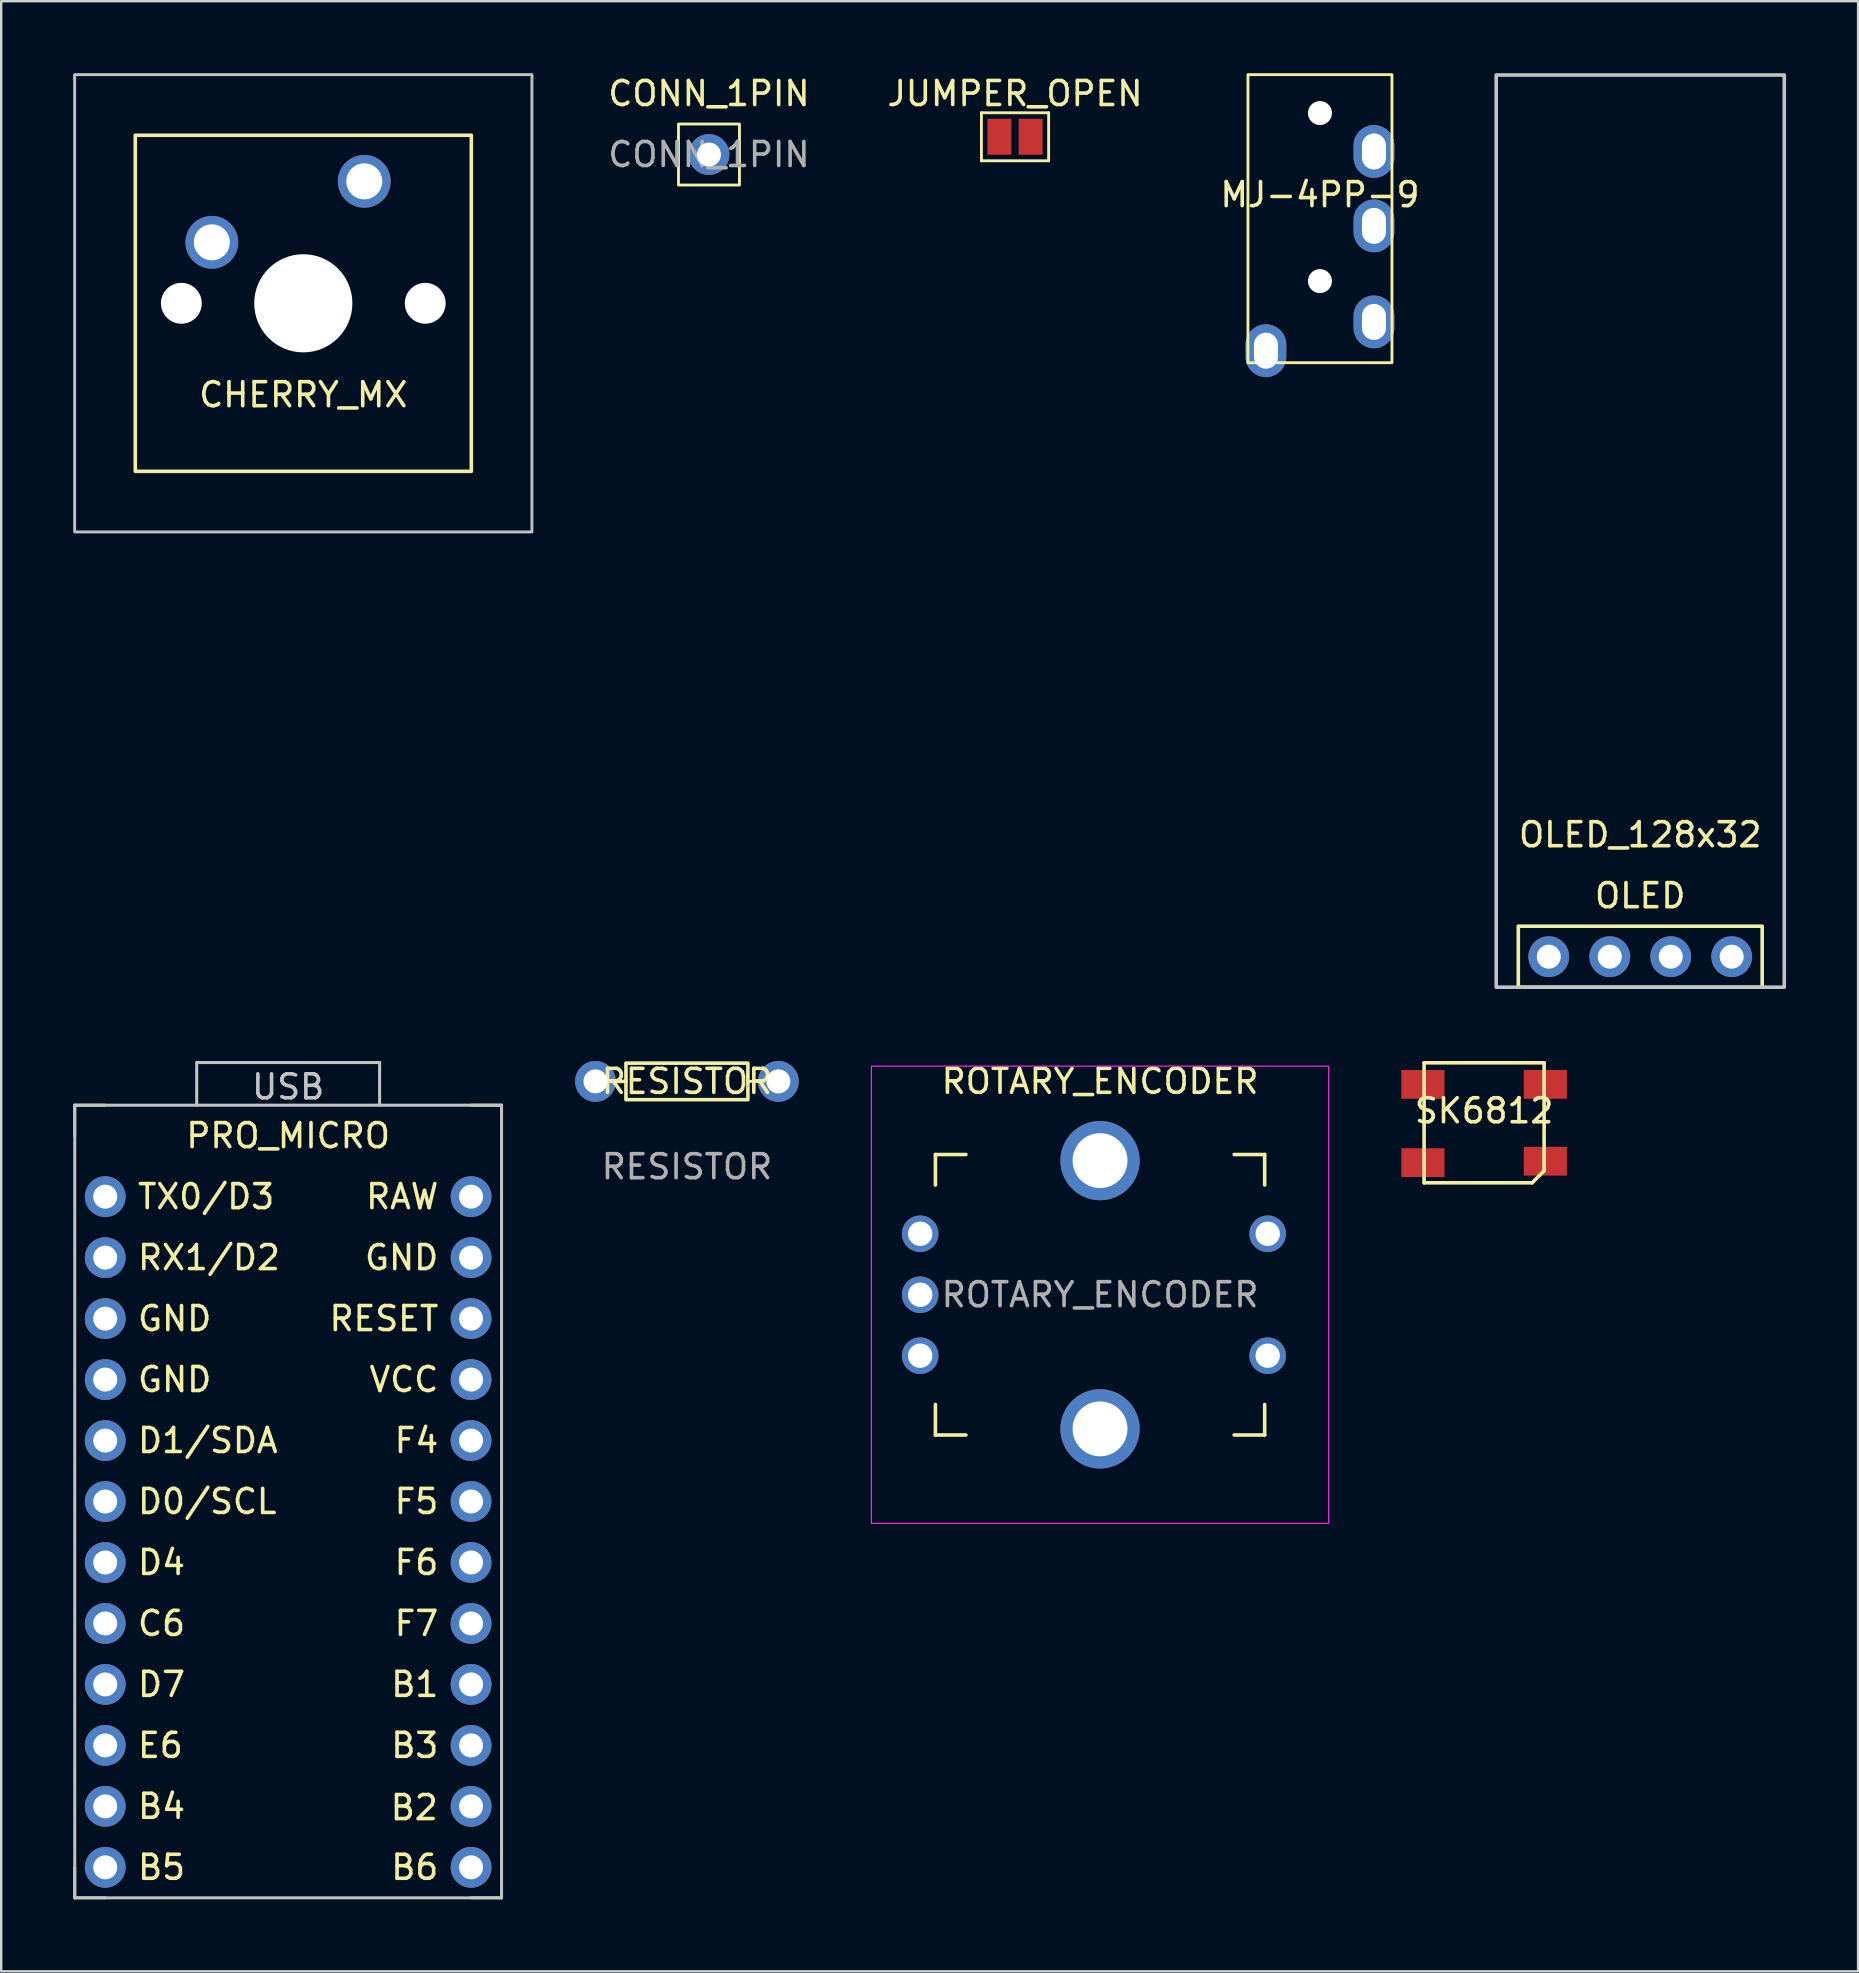
<source format=kicad_pcb>
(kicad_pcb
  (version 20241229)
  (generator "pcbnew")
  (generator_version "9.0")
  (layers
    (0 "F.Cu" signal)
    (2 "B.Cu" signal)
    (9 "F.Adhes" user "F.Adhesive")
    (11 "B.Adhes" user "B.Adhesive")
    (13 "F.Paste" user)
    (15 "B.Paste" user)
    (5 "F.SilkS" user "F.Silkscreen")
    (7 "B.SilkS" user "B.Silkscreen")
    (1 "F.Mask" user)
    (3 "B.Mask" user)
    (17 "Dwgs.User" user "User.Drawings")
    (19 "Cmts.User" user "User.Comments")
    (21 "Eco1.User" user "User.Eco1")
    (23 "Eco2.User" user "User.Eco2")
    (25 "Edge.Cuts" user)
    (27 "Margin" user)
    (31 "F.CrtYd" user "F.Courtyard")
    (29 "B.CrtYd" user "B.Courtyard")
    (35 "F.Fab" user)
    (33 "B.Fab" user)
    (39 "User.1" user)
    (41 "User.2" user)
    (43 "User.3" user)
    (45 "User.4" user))
  (footprint "PRO_MICRO"
    (layer "F.Cu")
    (at 8.954 59.502)
    (property "Reference" "PRO_MICRO" (at 0 -15.24 0) (layer "F.SilkS") (effects (font (size 1 1) (thickness 0.15))))
    (attr through_hole)
    (fp_line (start -8.89 -16.51) (end -7.62 -16.51) (stroke (width 0.12) (type solid)) (layer "F.SilkS"))
    (fp_line (start -8.89 -15.24) (end -8.89 -16.51) (stroke (width 0.12) (type solid)) (layer "F.SilkS"))
    (fp_line (start -8.89 16.51) (end -8.89 15.24) (stroke (width 0.12) (type solid)) (layer "F.SilkS"))
    (fp_line (start -7.62 16.51) (end -8.89 16.51) (stroke (width 0.12) (type solid)) (layer "F.SilkS"))
    (fp_line (start 7.62 -16.51) (end 8.89 -16.51) (stroke (width 0.12) (type solid)) (layer "F.SilkS"))
    (fp_line (start 7.62 16.51) (end 8.89 16.51) (stroke (width 0.12) (type solid)) (layer "F.SilkS"))
    (fp_line (start 8.89 -16.51) (end 8.89 -15.24) (stroke (width 0.12) (type solid)) (layer "F.SilkS"))
    (fp_line (start 8.89 16.51) (end 8.89 15.24) (stroke (width 0.12) (type solid)) (layer "F.SilkS"))
    (fp_line (start -8.89 -16.51) (end -8.89 16.51) (stroke (width 0.127) (type solid)) (layer "Dwgs.User"))
    (fp_line (start -8.89 16.51) (end 8.89 16.51) (stroke (width 0.127) (type solid)) (layer "Dwgs.User"))
    (fp_line (start -3.81 -18.288) (end 3.81 -18.288) (stroke (width 0.127) (type solid)) (layer "Dwgs.User"))
    (fp_line (start -3.81 -16.51) (end -3.81 -18.288) (stroke (width 0.127) (type solid)) (layer "Dwgs.User"))
    (fp_line (start 3.81 -18.288) (end 3.81 -16.51) (stroke (width 0.127) (type solid)) (layer "Dwgs.User"))
    (fp_line (start 8.89 -16.51) (end -8.89 -16.51) (stroke (width 0.127) (type solid)) (layer "Dwgs.User"))
    (fp_line (start 8.89 16.51) (end 8.89 -16.51) (stroke (width 0.127) (type solid)) (layer "Dwgs.User"))
    (fp_text user "B3" (at 6.35 10.16 0) (unlocked yes) (layer "F.SilkS") (effects (font (size 1 1) (thickness 0.15)) (justify right)))
    (fp_text user "D7" (at -6.35 7.62 0) (unlocked yes) (layer "F.SilkS") (effects (font (size 1 1) (thickness 0.15)) (justify left)))
    (fp_text user "D1/SDA" (at -6.35 -2.54 0) (unlocked yes) (layer "F.SilkS") (effects (font (size 1 1) (thickness 0.15)) (justify left)))
    (fp_text user "F6" (at 6.35 2.54 0) (unlocked yes) (layer "F.SilkS") (effects (font (size 1 1) (thickness 0.15)) (justify right)))
    (fp_text user "RAW" (at 6.35 -12.7 0) (unlocked yes) (layer "F.SilkS") (effects (font (size 1 1) (thickness 0.15)) (justify right)))
    (fp_text user "VCC" (at 6.35 -5.08 0) (unlocked yes) (layer "F.SilkS") (effects (font (size 1 1) (thickness 0.15)) (justify right)))
    (fp_text user "B2" (at 6.328 12.752 0) (unlocked yes) (layer "F.SilkS") (effects (font (size 1 1) (thickness 0.15)) (justify right)))
    (fp_text user "B1" (at 6.35 7.62 0) (unlocked yes) (layer "F.SilkS") (effects (font (size 1 1) (thickness 0.15)) (justify right)))
    (fp_text user "B4" (at -6.35 12.7 0) (unlocked yes) (layer "F.SilkS") (effects (font (size 1 1) (thickness 0.15)) (justify left)))
    (fp_text user "D0/SCL" (at -6.35 0 0) (unlocked yes) (layer "F.SilkS") (effects (font (size 1 1) (thickness 0.15)) (justify left)))
    (fp_text user "F5" (at 6.35 0 0) (unlocked yes) (layer "F.SilkS") (effects (font (size 1 1) (thickness 0.15)) (justify right)))
    (fp_text user "RESET" (at 6.35 -7.62 0) (unlocked yes) (layer "F.SilkS") (effects (font (size 1 1) (thickness 0.15)) (justify right)))
    (fp_text user "B5" (at -6.35 15.24 0) (unlocked yes) (layer "F.SilkS") (effects (font (size 1 1) (thickness 0.15)) (justify left)))
    (fp_text user "B6" (at 6.35 15.24 0) (unlocked yes) (layer "F.SilkS") (effects (font (size 1 1) (thickness 0.15)) (justify right)))
    (fp_text user "TX0/D3" (at -6.35 -12.7 0) (unlocked yes) (layer "F.SilkS") (effects (font (size 1 1) (thickness 0.15)) (justify left)))
    (fp_text user "GND" (at -6.35 -5.08 0) (unlocked yes) (layer "F.SilkS") (effects (font (size 1 1) (thickness 0.15)) (justify left)))
    (fp_text user "RX1/D2" (at -6.35 -10.16 0) (unlocked yes) (layer "F.SilkS") (effects (font (size 1 1) (thickness 0.15)) (justify left)))
    (fp_text user "E6" (at -6.35 10.16 0) (unlocked yes) (layer "F.SilkS") (effects (font (size 1 1) (thickness 0.15)) (justify left)))
    (fp_text user "D4" (at -6.35 2.54 0) (unlocked yes) (layer "F.SilkS") (effects (font (size 1 1) (thickness 0.15)) (justify left)))
    (fp_text user "GND" (at -6.35 -7.62 0) (unlocked yes) (layer "F.SilkS") (effects (font (size 1 1) (thickness 0.15)) (justify left)))
    (fp_text user "F7" (at 6.35 5.08 0) (unlocked yes) (layer "F.SilkS") (effects (font (size 1 1) (thickness 0.15)) (justify right)))
    (fp_text user "C6" (at -6.35 5.08 0) (unlocked yes) (layer "F.SilkS") (effects (font (size 1 1) (thickness 0.15)) (justify left)))
    (fp_text user "GND" (at 6.35 -10.16 0) (unlocked yes) (layer "F.SilkS") (effects (font (size 1 1) (thickness 0.15)) (justify right)))
    (fp_text user "F4" (at 6.35 -2.54 0) (unlocked yes) (layer "F.SilkS") (effects (font (size 1 1) (thickness 0.15)) (justify right)))
    (fp_text user "USB" (at 0 -17.272 0) (layer "Dwgs.User") (effects (font (size 1 1) (thickness 0.15))))
    (pad "1" thru_hole circle (at -7.62 -12.7) (size 1.7 1.7) (drill 1) (layers "*.Cu" "*.Mask"))
    (pad "2" thru_hole circle (at -7.62 -10.16) (size 1.7 1.7) (drill 1) (layers "*.Cu" "*.Mask"))
    (pad "3" thru_hole circle (at -7.62 -7.62) (size 1.7 1.7) (drill 1) (layers "*.Cu" "*.Mask"))
    (pad "4" thru_hole circle (at -7.62 -5.08) (size 1.7 1.7) (drill 1) (layers "*.Cu" "*.Mask"))
    (pad "5" thru_hole circle (at -7.62 -2.54) (size 1.7 1.7) (drill 1) (layers "*.Cu" "*.Mask"))
    (pad "6" thru_hole circle (at -7.62 0) (size 1.7 1.7) (drill 1) (layers "*.Cu" "*.Mask"))
    (pad "7" thru_hole circle (at -7.62 2.54) (size 1.7 1.7) (drill 1) (layers "*.Cu" "*.Mask"))
    (pad "8" thru_hole circle (at -7.62 5.08) (size 1.7 1.7) (drill 1) (layers "*.Cu" "*.Mask"))
    (pad "9" thru_hole circle (at -7.62 7.62) (size 1.7 1.7) (drill 1) (layers "*.Cu" "*.Mask"))
    (pad "10" thru_hole circle (at -7.62 10.16) (size 1.7 1.7) (drill 1) (layers "*.Cu" "*.Mask"))
    (pad "11" thru_hole circle (at -7.62 12.7) (size 1.7 1.7) (drill 1) (layers "*.Cu" "*.Mask"))
    (pad "12" thru_hole circle (at -7.62 15.24) (size 1.7 1.7) (drill 1) (layers "*.Cu" "*.Mask"))
    (pad "13" thru_hole circle (at 7.62 15.24) (size 1.7 1.7) (drill 1) (layers "*.Cu" "*.Mask"))
    (pad "14" thru_hole circle (at 7.62 12.7) (size 1.7 1.7) (drill 1) (layers "*.Cu" "*.Mask"))
    (pad "15" thru_hole circle (at 7.62 10.16) (size 1.7 1.7) (drill 1) (layers "*.Cu" "*.Mask"))
    (pad "16" thru_hole circle (at 7.62 7.62) (size 1.7 1.7) (drill 1) (layers "*.Cu" "*.Mask"))
    (pad "17" thru_hole circle (at 7.62 5.08) (size 1.7 1.7) (drill 1) (layers "*.Cu" "*.Mask"))
    (pad "18" thru_hole circle (at 7.62 2.54) (size 1.7 1.7) (drill 1) (layers "*.Cu" "*.Mask"))
    (pad "19" thru_hole circle (at 7.62 0) (size 1.7 1.7) (drill 1) (layers "*.Cu" "*.Mask"))
    (pad "20" thru_hole circle (at 7.62 -2.54) (size 1.7 1.7) (drill 1) (layers "*.Cu" "*.Mask"))
    (pad "21" thru_hole circle (at 7.62 -5.08) (size 1.7 1.7) (drill 1) (layers "*.Cu" "*.Mask"))
    (pad "22" thru_hole circle (at 7.62 -7.62) (size 1.7 1.7) (drill 1) (layers "*.Cu" "*.Mask"))
    (pad "23" thru_hole circle (at 7.62 -10.16) (size 1.7 1.7) (drill 1) (layers "*.Cu" "*.Mask"))
    (pad "24" thru_hole circle (at 7.62 -12.7) (size 1.7 1.7) (drill 1) (layers "*.Cu" "*.Mask")))
  (footprint "JUMPER_OPEN"
    (layer "F.Cu")
    (at 39.235 2.648)
    (property "Reference" "JUMPER_OPEN" (at 0 -1.8 0) (layer "F.SilkS") (effects (font (size 1 1) (thickness 0.15))))
    (attr smd exclude_from_pos_files exclude_from_bom)
    (fp_line (start -1.4 -1) (end 1.4 -1) (stroke (width 0.12) (type solid)) (layer "F.SilkS"))
    (fp_line (start -1.4 1) (end -1.4 -1) (stroke (width 0.12) (type solid)) (layer "F.SilkS"))
    (fp_line (start 1.4 -1) (end 1.4 1) (stroke (width 0.12) (type solid)) (layer "F.SilkS"))
    (fp_line (start 1.4 1) (end -1.4 1) (stroke (width 0.12) (type solid)) (layer "F.SilkS"))
    (pad "1" smd rect (at -0.65 0) (size 1 1.5) (layers "F.Cu" "F.Mask"))
    (pad "2" smd rect (at 0.65 0) (size 1 1.5) (layers "F.Cu" "F.Mask")))
  (footprint "ROTARY_ENCODER"
    (layer "F.Cu")
    (at 42.777 50.888)
    (property "Reference" "ROTARY_ENCODER" (at 0 -8.89 180) (layer "F.SilkS") (effects (font (size 1 1) (thickness 0.15))))
    (fp_line (start -6.858 -5.842) (end -6.858 -4.572) (stroke (width 0.15) (type solid)) (layer "F.SilkS"))
    (fp_line (start -6.858 5.842) (end -6.858 4.572) (stroke (width 0.15) (type solid)) (layer "F.SilkS"))
    (fp_line (start -6.858 5.842) (end -5.588 5.842) (stroke (width 0.15) (type solid)) (layer "F.SilkS"))
    (fp_line (start -5.588 -5.842) (end -6.858 -5.842) (stroke (width 0.15) (type solid)) (layer "F.SilkS"))
    (fp_line (start 5.588 5.842) (end 6.858 5.842) (stroke (width 0.15) (type solid)) (layer "F.SilkS"))
    (fp_line (start 6.858 -5.842) (end 5.588 -5.842) (stroke (width 0.15) (type solid)) (layer "F.SilkS"))
    (fp_line (start 6.858 -5.842) (end 6.858 -4.572) (stroke (width 0.15) (type solid)) (layer "F.SilkS"))
    (fp_line (start 6.858 5.842) (end 6.858 4.572) (stroke (width 0.15) (type solid)) (layer "F.SilkS"))
    (fp_rect (start -9.525 -9.525) (end 9.525 9.525) (stroke (width 0.05) (type solid)) (fill no) (layer "F.CrtYd"))
    (fp_text user "${REFERENCE}" (at 0 0 0) (layer "F.Fab") (effects (font (size 1 1) (thickness 0.15))))
    (pad "" thru_hole circle (at 0 -5.588 180) (size 3.302 3.302) (drill 2.286) (layers "*.Cu" "*.Mask"))
    (pad "" thru_hole circle (at 0 5.588 180) (size 3.302 3.302) (drill 2.286) (layers "*.Cu" "*.Mask"))
    (pad "1" thru_hole circle (at 6.985 2.54 180) (size 1.524 1.524) (drill 1.016) (layers "*.Cu" "*.Mask"))
    (pad "2" thru_hole circle (at 6.985 -2.54 180) (size 1.524 1.524) (drill 1.016) (layers "*.Cu" "*.Mask"))
    (pad "A" thru_hole circle (at -7.493 -2.54 180) (size 1.524 1.524) (drill 1.016) (layers "*.Cu" "*.Mask"))
    (pad "B" thru_hole circle (at -7.493 2.54 180) (size 1.524 1.524) (drill 1.016) (layers "*.Cu" "*.Mask"))
    (pad "C" thru_hole circle (at -7.493 0 180) (size 1.524 1.524) (drill 1.016) (layers "*.Cu" "*.Mask")))
  (footprint "CHERRY_MX"
    (layer "F.Cu")
    (at 9.585 9.585)
    (property "Reference" "CHERRY_MX" (at 0 3.81 0) (unlocked yes) (layer "F.SilkS") (effects (font (size 1 1) (thickness 0.15))))
    (attr through_hole)
    (fp_rect (start -7 -7) (end 7 7) (stroke (width 0.15) (type solid)) (fill no) (layer "F.SilkS"))
    (fp_rect (start -9.525 -9.525) (end 9.525 9.525) (stroke (width 0.12) (type solid)) (fill no) (layer "Dwgs.User"))
    (pad "" np_thru_hole circle (at -5.08 0) (size 1.702 1.702) (drill 1.702) (layers "*.Cu" "*.Mask"))
    (pad "" np_thru_hole circle (at 0 0) (size 4.089 4.089) (drill 4.089) (layers "*.Cu" "*.Mask"))
    (pad "" np_thru_hole circle (at 5.08 0) (size 1.702 1.702) (drill 1.702) (layers "*.Cu" "*.Mask"))
    (pad "1" thru_hole circle (at -3.81 -2.54) (size 2.2 2.2) (drill 1.5) (layers "*.Cu" "*.Mask"))
    (pad "2" thru_hole circle (at 2.54 -5.08) (size 2.2 2.2) (drill 1.5) (layers "*.Cu" "*.Mask")))
  (footprint "MJ-4PP-9"
    (layer "F.Cu")
    (at 51.938 6.06)
    (property "Reference" "MJ-4PP-9" (at 0 -1 0) (unlocked yes) (layer "F.SilkS") (effects (font (size 1 1) (thickness 0.15))))
    (attr through_hole)
    (fp_rect (start -3 -6) (end 3 6) (stroke (width 0.12) (type solid)) (fill no) (layer "F.SilkS"))
    (pad "" np_thru_hole circle (at 0 -4.4) (size 1 1) (drill 1) (layers "*.Cu" "*.Mask"))
    (pad "" np_thru_hole circle (at 0 2.6) (size 1 1) (drill 1) (layers "*.Cu" "*.Mask"))
    (pad "1" thru_hole oval (at -2.25 5.5) (size 1.7 2.2) (drill oval 1 1.5) (layers "*.Cu" "*.Mask"))
    (pad "2" thru_hole oval (at 2.25 4.3) (size 1.7 2.2) (drill oval 1 1.5) (layers "*.Cu" "*.Mask"))
    (pad "3" thru_hole oval (at 2.25 0.3) (size 1.7 2.2) (drill oval 1 1.5) (layers "*.Cu" "*.Mask"))
    (pad "4" thru_hole oval (at 2.25 -2.8) (size 1.7 2.2) (drill oval 1 1.5) (layers "*.Cu" "*.Mask")))
  (footprint "SK6812"
    (layer "F.Cu")
    (at 58.777 43.725)
    (property "Reference" "SK6812" (at 0 -0.5 0) (unlocked yes) (layer "F.SilkS") (effects (font (size 1 1) (thickness 0.15))))
    (attr smd)
    (fp_line (start -2.5 -2.5) (end 2.5 -2.5) (stroke (width 0.15) (type solid)) (layer "F.SilkS"))
    (fp_line (start -2.5 2.5) (end -2.5 -2.5) (stroke (width 0.15) (type solid)) (layer "F.SilkS"))
    (fp_line (start 2 2.5) (end -2.5 2.5) (stroke (width 0.15) (type solid)) (layer "F.SilkS"))
    (fp_line (start 2.5 -2.5) (end 2.5 2) (stroke (width 0.15) (type solid)) (layer "F.SilkS"))
    (fp_line (start 2.5 2) (end 2 2.5) (stroke (width 0.15) (type solid)) (layer "F.SilkS"))
    (pad "1" smd rect (at 2.55 1.6) (size 1.8 1.2) (layers "F.Cu" "F.Mask" "F.Paste"))
    (pad "2" smd rect (at 2.55 -1.6) (size 1.8 1.2) (layers "F.Cu" "F.Mask" "F.Paste"))
    (pad "3" smd rect (at -2.55 -1.6) (size 1.8 1.2) (layers "F.Cu" "F.Mask" "F.Paste"))
    (pad "4" smd rect (at -2.55 1.66) (size 1.8 1.2) (layers "F.Cu" "F.Mask" "F.Paste")))
  (footprint "RESISTOR"
    (layer "F.Cu")
    (at 25.567 42)
    (property "Reference" "RESISTOR" (at 0 0 0) (unlocked yes) (layer "F.SilkS") (effects (font (size 1 1) (thickness 0.15))))
    (attr through_hole)
    (fp_line (start -2.54 0) (end -3.175 0) (stroke (width 0.15) (type solid)) (layer "F.SilkS"))
    (fp_line (start 2.54 0) (end 3.175 0) (stroke (width 0.12) (type solid)) (layer "F.SilkS"))
    (fp_rect (start -2.54 -0.762) (end 2.54 0.762) (stroke (width 0.15) (type solid)) (fill no) (layer "F.SilkS"))
    (fp_text user "${REFERENCE}" (at 0 3.556 0) (unlocked yes) (layer "F.Fab") (effects (font (size 1 1) (thickness 0.15))))
    (pad "1" thru_hole circle (at -3.81 0) (size 1.7 1.7) (drill 1) (layers "*.Cu" "*.Mask"))
    (pad "2" thru_hole circle (at 3.81 0) (size 1.7 1.7) (drill 1) (layers "*.Cu" "*.Mask")))
  (footprint "CONN_1PIN"
    (layer "F.Cu")
    (at 26.485 3.388)
    (property "Reference" "CONN_1PIN" (at 0 -2.54 0) (unlocked yes) (layer "F.SilkS") (effects (font (size 1 1) (thickness 0.15))))
    (attr through_hole)
    (fp_rect (start -1.27 -1.27) (end 1.27 1.27) (stroke (width 0.12) (type solid)) (fill no) (layer "F.SilkS"))
    (fp_text user "${REFERENCE}" (at 0 0 0) (unlocked yes) (layer "F.Fab") (effects (font (size 1 1) (thickness 0.15))))
    (pad "1" thru_hole circle (at 0 0) (size 1.7 1.7) (drill 1) (layers "*.Cu" "*.Mask")))
  (footprint "OLED_128x32"
    (layer "F.Cu")
    (at 65.281 36.805)
    (property "Reference" "OLED_128x32" (at 0 -5.08 0) (unlocked yes) (layer "F.SilkS") (effects (font (size 1 1) (thickness 0.15))))
    (attr through_hole)
    (fp_rect (start -5.08 -1.27) (end 5.08 1.27) (stroke (width 0.15) (type solid)) (fill no) (layer "F.SilkS"))
    (fp_rect (start -6 -36.73) (end 6 1.27) (stroke (width 0.15) (type solid)) (fill no) (layer "Dwgs.User"))
    (fp_text user "OLED" (at 0 -2.54 0) (unlocked yes) (layer "F.SilkS") (effects (font (size 1 1) (thickness 0.15))))
    (pad "1" thru_hole circle (at -3.81 0) (size 1.7 1.7) (drill 1) (layers "*.Cu" "*.Mask"))
    (pad "2" thru_hole circle (at -1.27 0) (size 1.7 1.7) (drill 1) (layers "*.Cu" "*.Mask"))
    (pad "3" thru_hole circle (at 1.27 0) (size 1.7 1.7) (drill 1) (layers "*.Cu" "*.Mask"))
    (pad "4" thru_hole circle (at 3.81 0) (size 1.7 1.7) (drill 1) (layers "*.Cu" "*.Mask")))
  (gr_rect
    (start -3 -3)
    (end 74.356 79.075)
    (stroke (width 0.1) (type default))
    (fill no)
    (layer "Edge.Cuts")))
</source>
